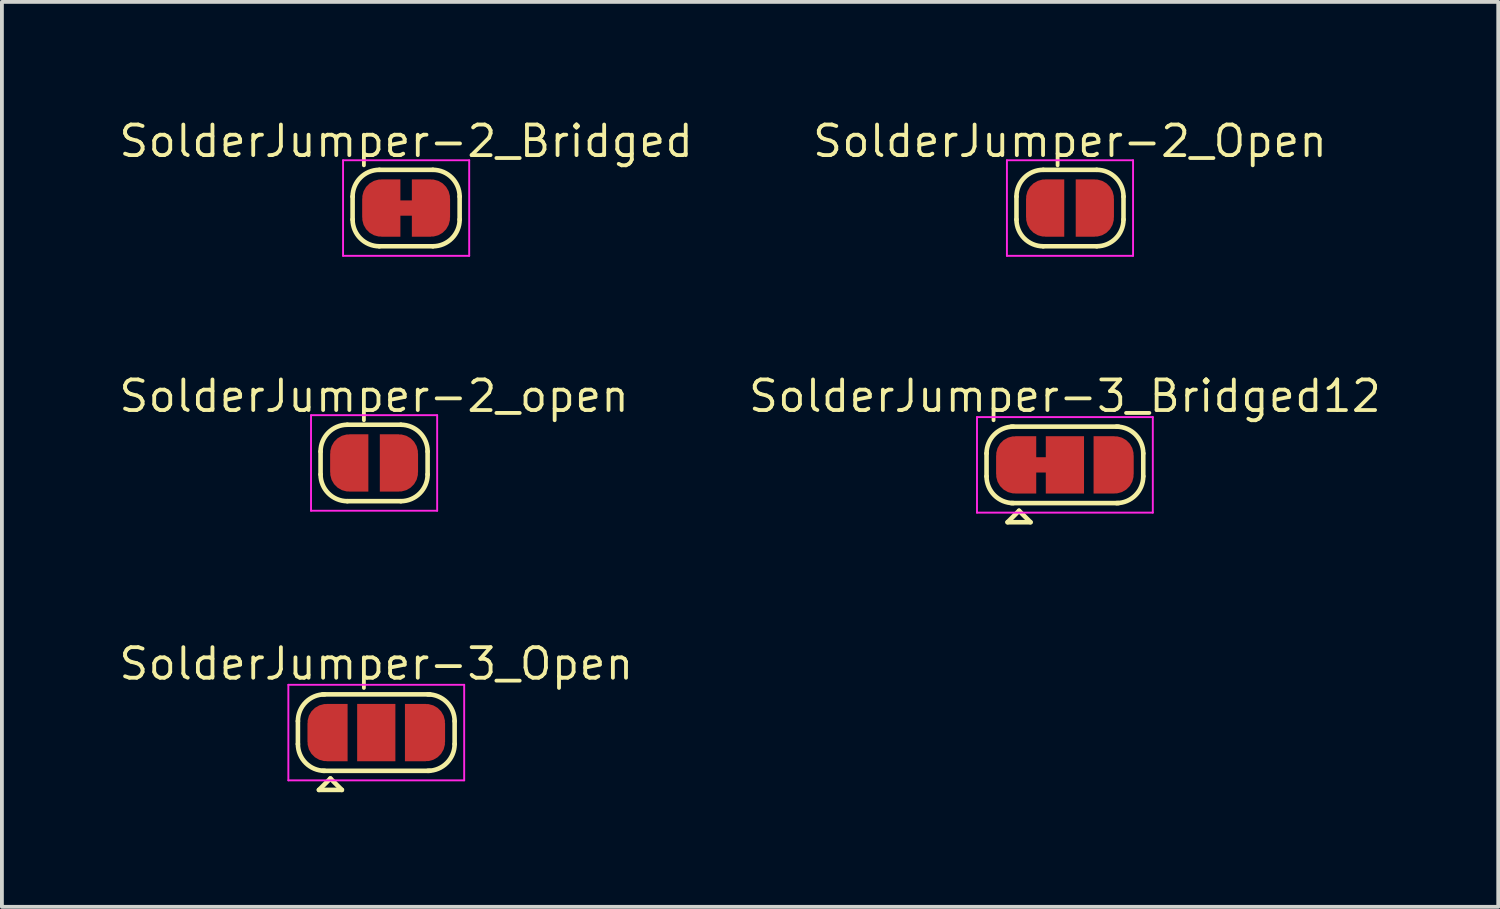
<source format=kicad_pcb>
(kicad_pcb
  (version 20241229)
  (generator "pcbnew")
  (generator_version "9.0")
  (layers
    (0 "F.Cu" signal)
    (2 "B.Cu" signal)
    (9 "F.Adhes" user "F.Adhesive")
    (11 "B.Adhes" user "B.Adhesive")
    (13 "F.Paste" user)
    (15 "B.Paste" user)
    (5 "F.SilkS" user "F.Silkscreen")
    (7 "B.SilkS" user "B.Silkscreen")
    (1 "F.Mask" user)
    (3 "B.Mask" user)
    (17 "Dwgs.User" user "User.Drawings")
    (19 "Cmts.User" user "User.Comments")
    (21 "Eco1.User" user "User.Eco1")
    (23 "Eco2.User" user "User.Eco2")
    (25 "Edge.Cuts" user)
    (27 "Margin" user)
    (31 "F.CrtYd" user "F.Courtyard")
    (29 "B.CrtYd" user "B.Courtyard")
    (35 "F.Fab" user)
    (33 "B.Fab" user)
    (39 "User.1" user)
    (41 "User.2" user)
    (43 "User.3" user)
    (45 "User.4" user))
  (footprint "SolderJumper-2_Bridged"
    (layer "F.Cu")
    (at 7.575 2.393)
    (property "Reference" "SolderJumper-2_Bridged" (at 0 -1.75 0) (unlocked yes) (layer "F.SilkS") (effects (font (size 0.8 0.8) (thickness 0.1))))
    (attr exclude_from_pos_files exclude_from_bom allow_soldermask_bridges)
    (fp_poly (pts (xy 0.2 -0.2) (xy -0.2 -0.2) (xy -0.2 0.2) (xy 0.2 0.2)) (stroke (width 0) (type solid)) (fill yes) (layer "F.Cu"))
    (fp_rect (start -0.2 -0.7) (end 0.2 0.7) (stroke (width 0.1) (type solid)) (fill yes) (layer "F.Mask"))
    (fp_line (start -1.4 0.3) (end -1.4 -0.3) (stroke (width 0.12) (type solid)) (layer "F.SilkS"))
    (fp_line (start -0.7 -1) (end 0.7 -1) (stroke (width 0.12) (type solid)) (layer "F.SilkS"))
    (fp_line (start 0.7 1) (end -0.7 1) (stroke (width 0.12) (type solid)) (layer "F.SilkS"))
    (fp_line (start 1.4 -0.3) (end 1.4 0.3) (stroke (width 0.12) (type solid)) (layer "F.SilkS"))
    (fp_arc (start -1.4 -0.3) (mid -1.194975 -0.794975) (end -0.7 -1) (stroke (width 0.12) (type solid)) (layer "F.SilkS"))
    (fp_arc (start -0.7 1) (mid -1.194975 0.794975) (end -1.4 0.3) (stroke (width 0.12) (type solid)) (layer "F.SilkS"))
    (fp_arc (start 0.7 -1) (mid 1.194975 -0.794975) (end 1.4 -0.3) (stroke (width 0.12) (type solid)) (layer "F.SilkS"))
    (fp_arc (start 1.4 0.3) (mid 1.194975 0.794975) (end 0.7 1) (stroke (width 0.12) (type solid)) (layer "F.SilkS"))
    (fp_line (start -1.65 -1.25) (end -1.65 1.25) (stroke (width 0.05) (type solid)) (layer "F.CrtYd"))
    (fp_line (start -1.65 -1.25) (end 1.65 -1.25) (stroke (width 0.05) (type solid)) (layer "F.CrtYd"))
    (fp_line (start 1.65 1.25) (end -1.65 1.25) (stroke (width 0.05) (type solid)) (layer "F.CrtYd"))
    (fp_line (start 1.65 1.25) (end 1.65 -1.25) (stroke (width 0.05) (type solid)) (layer "F.CrtYd"))
    (pad "1" smd custom (at -0.65 0) (size 1 0.5) (layers "F.Cu" "F.Mask") (options (anchor rect)) (primitives (gr_circle (center 0 0.25) (end 0.5 0.25) (width 0) (fill yes)) (gr_circle (center 0 -0.25) (end 0.5 -0.25) (width 0) (fill yes)) (gr_poly (pts (xy 0.5 0.75) (xy 0 0.75) (xy 0 -0.75) (xy 0.5 -0.75)) (width 0) (fill yes))))
    (pad "2" smd custom (at 0.65 0) (size 1 0.5) (layers "F.Cu" "F.Mask") (options (anchor rect)) (primitives (gr_circle (center 0 0.25) (end 0.5 0.25) (width 0) (fill yes)) (gr_circle (center 0 -0.25) (end 0.5 -0.25) (width 0) (fill yes)) (gr_poly (pts (xy 0 0.75) (xy -0.5 0.75) (xy -0.5 -0.75) (xy 0 -0.75)) (width 0) (fill yes)))))
  (footprint "SolderJumper-3_Open"
    (layer "F.Cu")
    (at 6.794 16.116)
    (property "Reference" "SolderJumper-3_Open" (at 0 -1.8 0) (unlocked yes) (layer "F.SilkS") (effects (font (size 0.8 0.8) (thickness 0.1))))
    (attr exclude_from_pos_files exclude_from_bom)
    (fp_line (start -2.05 0.3) (end -2.05 -0.3) (stroke (width 0.12) (type solid)) (layer "F.SilkS"))
    (fp_line (start -1.5 1.5) (end -0.9 1.5) (stroke (width 0.12) (type solid)) (layer "F.SilkS"))
    (fp_line (start -1.4 -1) (end 1.4 -1) (stroke (width 0.12) (type solid)) (layer "F.SilkS"))
    (fp_line (start -1.2 1.2) (end -1.5 1.5) (stroke (width 0.12) (type solid)) (layer "F.SilkS"))
    (fp_line (start -1.2 1.2) (end -0.9 1.5) (stroke (width 0.12) (type solid)) (layer "F.SilkS"))
    (fp_line (start 1.4 1) (end -1.4 1) (stroke (width 0.12) (type solid)) (layer "F.SilkS"))
    (fp_line (start 2.05 -0.3) (end 2.05 0.3) (stroke (width 0.12) (type solid)) (layer "F.SilkS"))
    (fp_arc (start -2.05 -0.3) (mid -1.844975 -0.794975) (end -1.35 -1) (stroke (width 0.12) (type solid)) (layer "F.SilkS"))
    (fp_arc (start -1.35 1) (mid -1.844975 0.794975) (end -2.05 0.3) (stroke (width 0.12) (type solid)) (layer "F.SilkS"))
    (fp_arc (start 1.35 -1) (mid 1.844975 -0.794975) (end 2.05 -0.3) (stroke (width 0.12) (type solid)) (layer "F.SilkS"))
    (fp_arc (start 2.05 0.3) (mid 1.844975 0.794975) (end 1.35 1) (stroke (width 0.12) (type solid)) (layer "F.SilkS"))
    (fp_line (start -2.3 -1.25) (end -2.3 1.25) (stroke (width 0.05) (type solid)) (layer "F.CrtYd"))
    (fp_line (start -2.3 -1.25) (end 2.3 -1.25) (stroke (width 0.05) (type solid)) (layer "F.CrtYd"))
    (fp_line (start 2.3 1.25) (end -2.3 1.25) (stroke (width 0.05) (type solid)) (layer "F.CrtYd"))
    (fp_line (start 2.3 1.25) (end 2.3 -1.25) (stroke (width 0.05) (type solid)) (layer "F.CrtYd"))
    (pad "1" smd custom (at -1.3 0) (size 1 0.5) (layers "F.Cu" "F.Mask") (options (anchor rect)) (primitives (gr_circle (center 0 0.25) (end 0.5 0.25) (width 0) (fill yes)) (gr_circle (center 0 -0.25) (end 0.5 -0.25) (width 0) (fill yes)) (gr_poly (pts (xy 0.55 0.75) (xy 0 0.75) (xy 0 -0.75) (xy 0.55 -0.75)) (width 0) (fill yes))))
    (pad "2" smd rect (at 0 0) (size 1 1.5) (layers "F.Cu" "F.Mask"))
    (pad "3" smd custom (at 1.3 0) (size 1 0.5) (layers "F.Cu" "F.Mask") (options (anchor rect)) (primitives (gr_circle (center 0 0.25) (end 0.5 0.25) (width 0) (fill yes)) (gr_circle (center 0 -0.25) (end 0.5 -0.25) (width 0) (fill yes)) (gr_poly (pts (xy 0 0.75) (xy -0.55 0.75) (xy -0.55 -0.75) (xy 0 -0.75)) (width 0) (fill yes)))))
  (footprint "SolderJumper-3_Bridged12"
    (layer "F.Cu")
    (at 24.81 9.112)
    (property "Reference" "SolderJumper-3_Bridged12" (at 0 -1.8 0) (unlocked yes) (layer "F.SilkS") (effects (font (size 0.8 0.8) (thickness 0.1))))
    (attr exclude_from_pos_files exclude_from_bom allow_soldermask_bridges)
    (fp_poly (pts (xy -0.8 -0.2) (xy -0.45 -0.2) (xy -0.45 0.2) (xy -0.8 0.2)) (stroke (width 0) (type solid)) (fill yes) (layer "F.Cu"))
    (fp_rect (start -0.75 -0.7) (end -0.5 0.7) (stroke (width 0.1) (type solid)) (fill yes) (layer "F.Mask"))
    (fp_rect (start 0.5 -0.7) (end 0.75 0.7) (stroke (width 0.1) (type solid)) (fill yes) (layer "F.Mask"))
    (fp_line (start -2.05 0.3) (end -2.05 -0.3) (stroke (width 0.12) (type solid)) (layer "F.SilkS"))
    (fp_line (start -1.5 1.5) (end -0.9 1.5) (stroke (width 0.12) (type solid)) (layer "F.SilkS"))
    (fp_line (start -1.4 -1) (end 1.4 -1) (stroke (width 0.12) (type solid)) (layer "F.SilkS"))
    (fp_line (start -1.2 1.2) (end -1.5 1.5) (stroke (width 0.12) (type solid)) (layer "F.SilkS"))
    (fp_line (start -1.2 1.2) (end -0.9 1.5) (stroke (width 0.12) (type solid)) (layer "F.SilkS"))
    (fp_line (start 1.4 1) (end -1.4 1) (stroke (width 0.12) (type solid)) (layer "F.SilkS"))
    (fp_line (start 2.05 -0.3) (end 2.05 0.3) (stroke (width 0.12) (type solid)) (layer "F.SilkS"))
    (fp_arc (start -2.05 -0.3) (mid -1.844975 -0.794975) (end -1.35 -1) (stroke (width 0.12) (type solid)) (layer "F.SilkS"))
    (fp_arc (start -1.35 1) (mid -1.844975 0.794975) (end -2.05 0.3) (stroke (width 0.12) (type solid)) (layer "F.SilkS"))
    (fp_arc (start 1.35 -1) (mid 1.844975 -0.794975) (end 2.05 -0.3) (stroke (width 0.12) (type solid)) (layer "F.SilkS"))
    (fp_arc (start 2.05 0.3) (mid 1.844975 0.794975) (end 1.35 1) (stroke (width 0.12) (type solid)) (layer "F.SilkS"))
    (fp_line (start -2.3 -1.25) (end -2.3 1.25) (stroke (width 0.05) (type solid)) (layer "F.CrtYd"))
    (fp_line (start -2.3 -1.25) (end 2.3 -1.25) (stroke (width 0.05) (type solid)) (layer "F.CrtYd"))
    (fp_line (start 2.3 1.25) (end -2.3 1.25) (stroke (width 0.05) (type solid)) (layer "F.CrtYd"))
    (fp_line (start 2.3 1.25) (end 2.3 -1.25) (stroke (width 0.05) (type solid)) (layer "F.CrtYd"))
    (pad "1" smd custom (at -1.3 0) (size 1 0.5) (layers "F.Cu" "F.Mask") (options (anchor rect)) (primitives (gr_circle (center 0 0.25) (end 0.5 0.25) (width 0) (fill yes)) (gr_circle (center 0 -0.25) (end 0.5 -0.25) (width 0) (fill yes)) (gr_poly (pts (xy 0.55 0.75) (xy 0 0.75) (xy 0 -0.75) (xy 0.55 -0.75)) (width 0) (fill yes))))
    (pad "2" smd rect (at 0 0) (size 1 1.5) (layers "F.Cu" "F.Mask"))
    (pad "3" smd custom (at 1.3 0) (size 1 0.5) (layers "F.Cu" "F.Mask") (options (anchor rect)) (primitives (gr_circle (center 0 0.25) (end 0.5 0.25) (width 0) (fill yes)) (gr_circle (center 0 -0.25) (end 0.5 -0.25) (width 0) (fill yes)) (gr_poly (pts (xy 0 0.75) (xy -0.55 0.75) (xy -0.55 -0.75) (xy 0 -0.75)) (width 0) (fill yes)))))
  (footprint "SolderJumper-2_Open"
    (layer "F.Cu")
    (at 24.943 2.393)
    (property "Reference" "SolderJumper-2_Open" (at 0 -1.75 0) (unlocked yes) (layer "F.SilkS") (effects (font (size 0.8 0.8) (thickness 0.1))))
    (attr exclude_from_pos_files exclude_from_bom allow_soldermask_bridges)
    (fp_rect (start -0.15 -0.7) (end 0.15 0.7) (stroke (width 0.1) (type solid)) (fill yes) (layer "F.Mask"))
    (fp_line (start -1.4 0.3) (end -1.4 -0.3) (stroke (width 0.12) (type solid)) (layer "F.SilkS"))
    (fp_line (start -0.7 -1) (end 0.7 -1) (stroke (width 0.12) (type solid)) (layer "F.SilkS"))
    (fp_line (start 0.7 1) (end -0.7 1) (stroke (width 0.12) (type solid)) (layer "F.SilkS"))
    (fp_line (start 1.4 -0.3) (end 1.4 0.3) (stroke (width 0.12) (type solid)) (layer "F.SilkS"))
    (fp_arc (start -1.4 -0.3) (mid -1.194975 -0.794975) (end -0.7 -1) (stroke (width 0.12) (type solid)) (layer "F.SilkS"))
    (fp_arc (start -0.7 1) (mid -1.194975 0.794975) (end -1.4 0.3) (stroke (width 0.12) (type solid)) (layer "F.SilkS"))
    (fp_arc (start 0.7 -1) (mid 1.194975 -0.794975) (end 1.4 -0.3) (stroke (width 0.12) (type solid)) (layer "F.SilkS"))
    (fp_arc (start 1.4 0.3) (mid 1.194975 0.794975) (end 0.7 1) (stroke (width 0.12) (type solid)) (layer "F.SilkS"))
    (fp_line (start -1.65 -1.25) (end -1.65 1.25) (stroke (width 0.05) (type solid)) (layer "F.CrtYd"))
    (fp_line (start -1.65 -1.25) (end 1.65 -1.25) (stroke (width 0.05) (type solid)) (layer "F.CrtYd"))
    (fp_line (start 1.65 1.25) (end -1.65 1.25) (stroke (width 0.05) (type solid)) (layer "F.CrtYd"))
    (fp_line (start 1.65 1.25) (end 1.65 -1.25) (stroke (width 0.05) (type solid)) (layer "F.CrtYd"))
    (pad "1" smd custom (at -0.65 0) (size 1 0.5) (layers "F.Cu" "F.Mask") (options (anchor rect)) (primitives (gr_circle (center 0 0.25) (end 0.5 0.25) (width 0) (fill yes)) (gr_circle (center 0 -0.25) (end 0.5 -0.25) (width 0) (fill yes)) (gr_poly (pts (xy 0.5 0.75) (xy 0 0.75) (xy 0 -0.75) (xy 0.5 -0.75)) (width 0) (fill yes))))
    (pad "2" smd custom (at 0.65 0) (size 1 0.5) (layers "F.Cu" "F.Mask") (options (anchor rect)) (primitives (gr_circle (center 0 0.25) (end 0.5 0.25) (width 0) (fill yes)) (gr_circle (center 0 -0.25) (end 0.5 -0.25) (width 0) (fill yes)) (gr_poly (pts (xy 0 0.75) (xy -0.5 0.75) (xy -0.5 -0.75) (xy 0 -0.75)) (width 0) (fill yes)))))
  (footprint "SolderJumper-2_open"
    (layer "F.Cu")
    (at 6.737 9.062)
    (property "Reference" "SolderJumper-2_open" (at 0 -1.75 0) (unlocked yes) (layer "F.SilkS") (effects (font (size 0.8 0.8) (thickness 0.1))))
    (attr exclude_from_pos_files exclude_from_bom allow_soldermask_bridges)
    (fp_rect (start -0.15 -0.7) (end 0.15 0.7) (stroke (width 0.1) (type solid)) (fill yes) (layer "F.Mask"))
    (fp_line (start -1.4 0.3) (end -1.4 -0.3) (stroke (width 0.12) (type solid)) (layer "F.SilkS"))
    (fp_line (start -0.7 -1) (end 0.7 -1) (stroke (width 0.12) (type solid)) (layer "F.SilkS"))
    (fp_line (start 0.7 1) (end -0.7 1) (stroke (width 0.12) (type solid)) (layer "F.SilkS"))
    (fp_line (start 1.4 -0.3) (end 1.4 0.3) (stroke (width 0.12) (type solid)) (layer "F.SilkS"))
    (fp_arc (start -1.4 -0.3) (mid -1.194975 -0.794975) (end -0.7 -1) (stroke (width 0.12) (type solid)) (layer "F.SilkS"))
    (fp_arc (start -0.7 1) (mid -1.194975 0.794975) (end -1.4 0.3) (stroke (width 0.12) (type solid)) (layer "F.SilkS"))
    (fp_arc (start 0.7 -1) (mid 1.194975 -0.794975) (end 1.4 -0.3) (stroke (width 0.12) (type solid)) (layer "F.SilkS"))
    (fp_arc (start 1.4 0.3) (mid 1.194975 0.794975) (end 0.7 1) (stroke (width 0.12) (type solid)) (layer "F.SilkS"))
    (fp_line (start -1.65 -1.25) (end -1.65 1.25) (stroke (width 0.05) (type solid)) (layer "F.CrtYd"))
    (fp_line (start -1.65 -1.25) (end 1.65 -1.25) (stroke (width 0.05) (type solid)) (layer "F.CrtYd"))
    (fp_line (start 1.65 1.25) (end -1.65 1.25) (stroke (width 0.05) (type solid)) (layer "F.CrtYd"))
    (fp_line (start 1.65 1.25) (end 1.65 -1.25) (stroke (width 0.05) (type solid)) (layer "F.CrtYd"))
    (pad "1" smd custom (at -0.65 0) (size 1 0.5) (layers "F.Cu" "F.Mask") (options (anchor rect)) (primitives (gr_circle (center 0 0.25) (end 0.5 0.25) (width 0) (fill yes)) (gr_circle (center 0 -0.25) (end 0.5 -0.25) (width 0) (fill yes)) (gr_poly (pts (xy 0.5 0.75) (xy 0 0.75) (xy 0 -0.75) (xy 0.5 -0.75)) (width 0) (fill yes))))
    (pad "2" smd custom (at 0.65 0) (size 1 0.5) (layers "F.Cu" "F.Mask") (options (anchor rect)) (primitives (gr_circle (center 0 0.25) (end 0.5 0.25) (width 0) (fill yes)) (gr_circle (center 0 -0.25) (end 0.5 -0.25) (width 0) (fill yes)) (gr_poly (pts (xy 0 0.75) (xy -0.5 0.75) (xy -0.5 -0.75) (xy 0 -0.75)) (width 0) (fill yes)))))
  (gr_rect
    (start -3 -3)
    (end 36.147 20.675)
    (stroke (width 0.1) (type default))
    (fill no)
    (layer "Edge.Cuts")))
</source>
